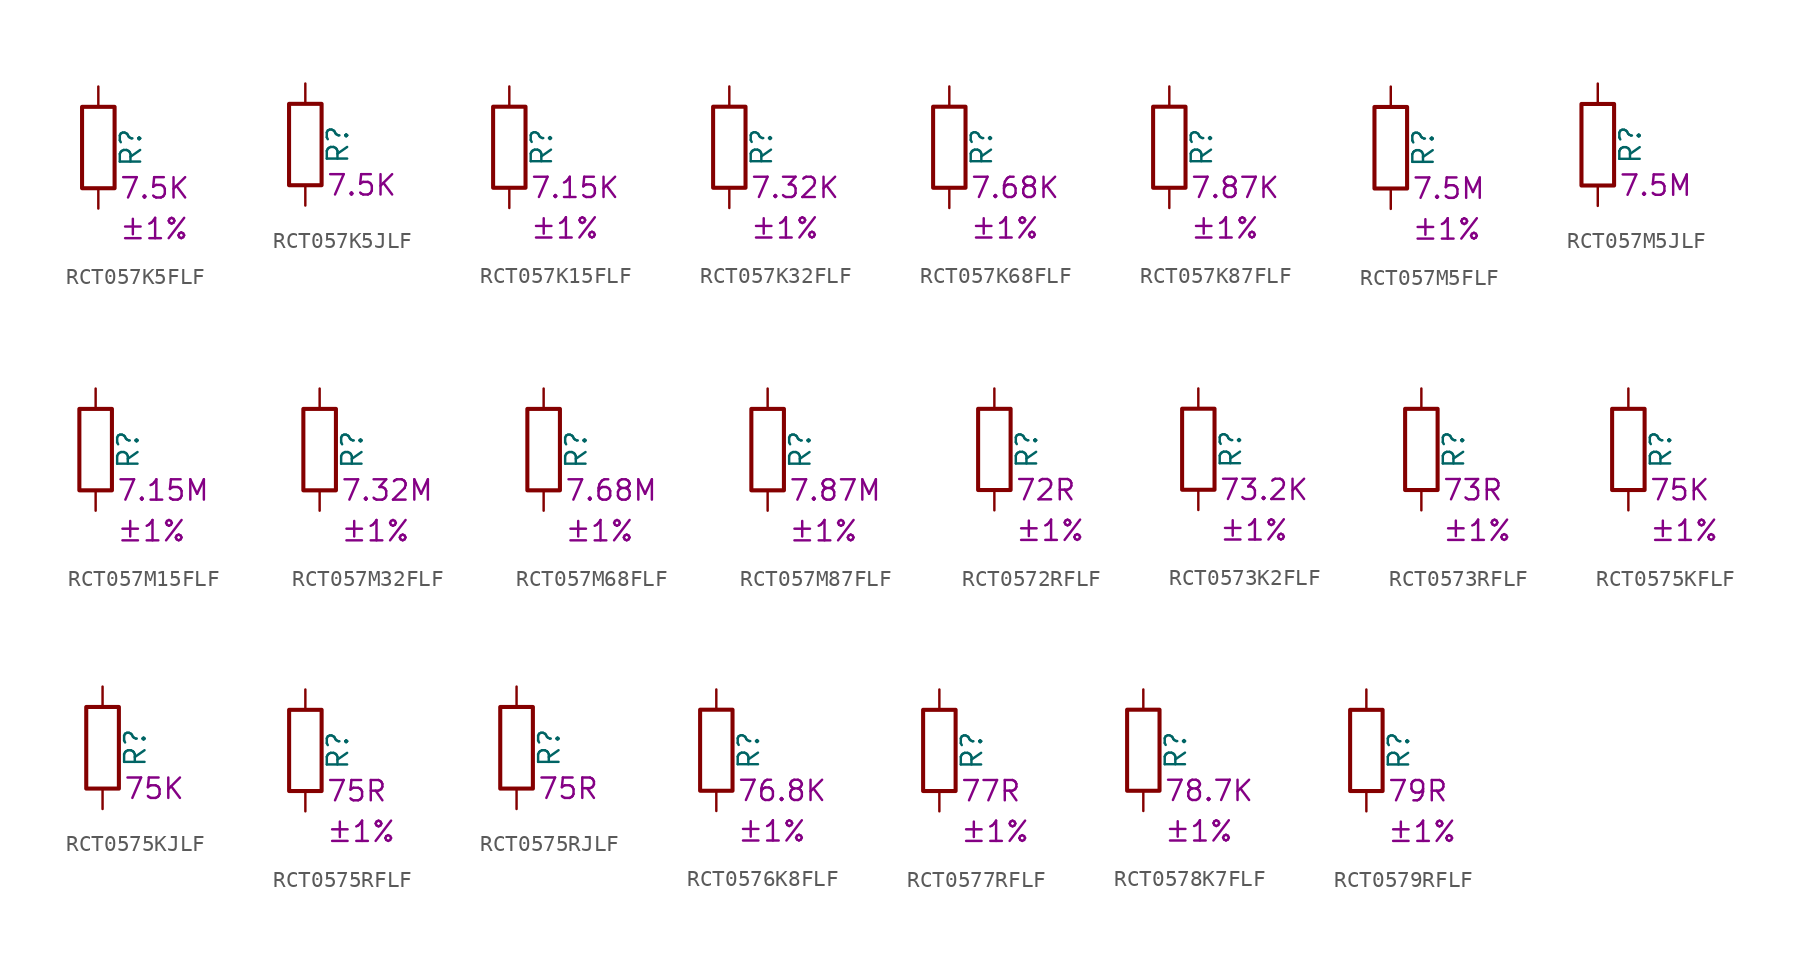
<source format=kicad_sym>
(kicad_symbol_lib
  (version 20220914)
  (generator kicad_symbol_editor)
  (symbol "RCT057K5FLF"
    (pin_numbers hide)
    (pin_names
      (offset 0))
    (property "Reference" "R"
      (at 2.032 0 90)
      (effects (font (size 1.27 1.27))))
    (property "Resistance" "7.5K"
      (at 1.27 -2.54 0)
      (effects (font (size 1.27 1.27)) (justify left)))
    (property "Tolerance" "±1%"
      (at 1.27 -5.08 0)
      (effects (font (size 1.27 1.27)) (justify left)))
    (symbol "RCT057K5FLF_0_1"
      (rectangle (start -1.016 -2.54) (end 1.016 2.54) (stroke (width 0.254) (type default)) (fill (type none))))
    (symbol "RCT057K5FLF_1_1"
      (pin passive line (at 0 3.81 270) (length 1.27) (name "~" (effects (font (size 1.27 1.27)))) (number "1" (effects (font (size 1.27 1.27)))))
      (pin passive line (at 0 -3.81 90) (length 1.27) (name "~" (effects (font (size 1.27 1.27)))) (number "2" (effects (font (size 1.27 1.27)))))))
  (symbol "RCT057K5JLF"
    (pin_numbers hide)
    (pin_names
      (offset 0))
    (property "Reference" "R"
      (at 2.032 0 90)
      (effects (font (size 1.27 1.27))))
    (property "Resistance" "7.5K"
      (at 1.27 -2.54 0)
      (effects (font (size 1.27 1.27)) (justify left)))
    (symbol "RCT057K5JLF_0_1"
      (rectangle (start -1.016 -2.54) (end 1.016 2.54) (stroke (width 0.254) (type default)) (fill (type none))))
    (symbol "RCT057K5JLF_1_1"
      (pin passive line (at 0 3.81 270) (length 1.27) (name "~" (effects (font (size 1.27 1.27)))) (number "1" (effects (font (size 1.27 1.27)))))
      (pin passive line (at 0 -3.81 90) (length 1.27) (name "~" (effects (font (size 1.27 1.27)))) (number "2" (effects (font (size 1.27 1.27)))))))
  (symbol "RCT057K15FLF"
    (pin_numbers hide)
    (pin_names
      (offset 0))
    (property "Reference" "R"
      (at 2.032 0 90)
      (effects (font (size 1.27 1.27))))
    (property "Resistance" "7.15K"
      (at 1.27 -2.54 0)
      (effects (font (size 1.27 1.27)) (justify left)))
    (property "Tolerance" "±1%"
      (at 1.27 -5.08 0)
      (effects (font (size 1.27 1.27)) (justify left)))
    (symbol "RCT057K15FLF_0_1"
      (rectangle (start -1.016 -2.54) (end 1.016 2.54) (stroke (width 0.254) (type default)) (fill (type none))))
    (symbol "RCT057K15FLF_1_1"
      (pin passive line (at 0 3.81 270) (length 1.27) (name "~" (effects (font (size 1.27 1.27)))) (number "1" (effects (font (size 1.27 1.27)))))
      (pin passive line (at 0 -3.81 90) (length 1.27) (name "~" (effects (font (size 1.27 1.27)))) (number "2" (effects (font (size 1.27 1.27)))))))
  (symbol "RCT057K32FLF"
    (pin_numbers hide)
    (pin_names
      (offset 0))
    (property "Reference" "R"
      (at 2.032 0 90)
      (effects (font (size 1.27 1.27))))
    (property "Resistance" "7.32K"
      (at 1.27 -2.54 0)
      (effects (font (size 1.27 1.27)) (justify left)))
    (property "Tolerance" "±1%"
      (at 1.27 -5.08 0)
      (effects (font (size 1.27 1.27)) (justify left)))
    (symbol "RCT057K32FLF_0_1"
      (rectangle (start -1.016 -2.54) (end 1.016 2.54) (stroke (width 0.254) (type default)) (fill (type none))))
    (symbol "RCT057K32FLF_1_1"
      (pin passive line (at 0 3.81 270) (length 1.27) (name "~" (effects (font (size 1.27 1.27)))) (number "1" (effects (font (size 1.27 1.27)))))
      (pin passive line (at 0 -3.81 90) (length 1.27) (name "~" (effects (font (size 1.27 1.27)))) (number "2" (effects (font (size 1.27 1.27)))))))
  (symbol "RCT057K68FLF"
    (pin_numbers hide)
    (pin_names
      (offset 0))
    (property "Reference" "R"
      (at 2.032 0 90)
      (effects (font (size 1.27 1.27))))
    (property "Resistance" "7.68K"
      (at 1.27 -2.54 0)
      (effects (font (size 1.27 1.27)) (justify left)))
    (property "Tolerance" "±1%"
      (at 1.27 -5.08 0)
      (effects (font (size 1.27 1.27)) (justify left)))
    (symbol "RCT057K68FLF_0_1"
      (rectangle (start -1.016 -2.54) (end 1.016 2.54) (stroke (width 0.254) (type default)) (fill (type none))))
    (symbol "RCT057K68FLF_1_1"
      (pin passive line (at 0 3.81 270) (length 1.27) (name "~" (effects (font (size 1.27 1.27)))) (number "1" (effects (font (size 1.27 1.27)))))
      (pin passive line (at 0 -3.81 90) (length 1.27) (name "~" (effects (font (size 1.27 1.27)))) (number "2" (effects (font (size 1.27 1.27)))))))
  (symbol "RCT057K87FLF"
    (pin_numbers hide)
    (pin_names
      (offset 0))
    (property "Reference" "R"
      (at 2.032 0 90)
      (effects (font (size 1.27 1.27))))
    (property "Resistance" "7.87K"
      (at 1.27 -2.54 0)
      (effects (font (size 1.27 1.27)) (justify left)))
    (property "Tolerance" "±1%"
      (at 1.27 -5.08 0)
      (effects (font (size 1.27 1.27)) (justify left)))
    (symbol "RCT057K87FLF_0_1"
      (rectangle (start -1.016 -2.54) (end 1.016 2.54) (stroke (width 0.254) (type default)) (fill (type none))))
    (symbol "RCT057K87FLF_1_1"
      (pin passive line (at 0 3.81 270) (length 1.27) (name "~" (effects (font (size 1.27 1.27)))) (number "1" (effects (font (size 1.27 1.27)))))
      (pin passive line (at 0 -3.81 90) (length 1.27) (name "~" (effects (font (size 1.27 1.27)))) (number "2" (effects (font (size 1.27 1.27)))))))
  (symbol "RCT057M5FLF"
    (pin_numbers hide)
    (pin_names
      (offset 0))
    (property "Reference" "R"
      (at 2.032 0 90)
      (effects (font (size 1.27 1.27))))
    (property "Resistance" "7.5M"
      (at 1.27 -2.54 0)
      (effects (font (size 1.27 1.27)) (justify left)))
    (property "Tolerance" "±1%"
      (at 1.27 -5.08 0)
      (effects (font (size 1.27 1.27)) (justify left)))
    (symbol "RCT057M5FLF_0_1"
      (rectangle (start -1.016 -2.54) (end 1.016 2.54) (stroke (width 0.254) (type default)) (fill (type none))))
    (symbol "RCT057M5FLF_1_1"
      (pin passive line (at 0 3.81 270) (length 1.27) (name "~" (effects (font (size 1.27 1.27)))) (number "1" (effects (font (size 1.27 1.27)))))
      (pin passive line (at 0 -3.81 90) (length 1.27) (name "~" (effects (font (size 1.27 1.27)))) (number "2" (effects (font (size 1.27 1.27)))))))
  (symbol "RCT057M5JLF"
    (pin_numbers hide)
    (pin_names
      (offset 0))
    (property "Reference" "R"
      (at 2.032 0 90)
      (effects (font (size 1.27 1.27))))
    (property "Resistance" "7.5M"
      (at 1.27 -2.54 0)
      (effects (font (size 1.27 1.27)) (justify left)))
    (symbol "RCT057M5JLF_0_1"
      (rectangle (start -1.016 -2.54) (end 1.016 2.54) (stroke (width 0.254) (type default)) (fill (type none))))
    (symbol "RCT057M5JLF_1_1"
      (pin passive line (at 0 3.81 270) (length 1.27) (name "~" (effects (font (size 1.27 1.27)))) (number "1" (effects (font (size 1.27 1.27)))))
      (pin passive line (at 0 -3.81 90) (length 1.27) (name "~" (effects (font (size 1.27 1.27)))) (number "2" (effects (font (size 1.27 1.27)))))))
  (symbol "RCT057M15FLF"
    (pin_numbers hide)
    (pin_names
      (offset 0))
    (property "Reference" "R"
      (at 2.032 0 90)
      (effects (font (size 1.27 1.27))))
    (property "Resistance" "7.15M"
      (at 1.27 -2.54 0)
      (effects (font (size 1.27 1.27)) (justify left)))
    (property "Tolerance" "±1%"
      (at 1.27 -5.08 0)
      (effects (font (size 1.27 1.27)) (justify left)))
    (symbol "RCT057M15FLF_0_1"
      (rectangle (start -1.016 -2.54) (end 1.016 2.54) (stroke (width 0.254) (type default)) (fill (type none))))
    (symbol "RCT057M15FLF_1_1"
      (pin passive line (at 0 3.81 270) (length 1.27) (name "~" (effects (font (size 1.27 1.27)))) (number "1" (effects (font (size 1.27 1.27)))))
      (pin passive line (at 0 -3.81 90) (length 1.27) (name "~" (effects (font (size 1.27 1.27)))) (number "2" (effects (font (size 1.27 1.27)))))))
  (symbol "RCT057M32FLF"
    (pin_numbers hide)
    (pin_names
      (offset 0))
    (property "Reference" "R"
      (at 2.032 0 90)
      (effects (font (size 1.27 1.27))))
    (property "Resistance" "7.32M"
      (at 1.27 -2.54 0)
      (effects (font (size 1.27 1.27)) (justify left)))
    (property "Tolerance" "±1%"
      (at 1.27 -5.08 0)
      (effects (font (size 1.27 1.27)) (justify left)))
    (symbol "RCT057M32FLF_0_1"
      (rectangle (start -1.016 -2.54) (end 1.016 2.54) (stroke (width 0.254) (type default)) (fill (type none))))
    (symbol "RCT057M32FLF_1_1"
      (pin passive line (at 0 3.81 270) (length 1.27) (name "~" (effects (font (size 1.27 1.27)))) (number "1" (effects (font (size 1.27 1.27)))))
      (pin passive line (at 0 -3.81 90) (length 1.27) (name "~" (effects (font (size 1.27 1.27)))) (number "2" (effects (font (size 1.27 1.27)))))))
  (symbol "RCT057M68FLF"
    (pin_numbers hide)
    (pin_names
      (offset 0))
    (property "Reference" "R"
      (at 2.032 0 90)
      (effects (font (size 1.27 1.27))))
    (property "Resistance" "7.68M"
      (at 1.27 -2.54 0)
      (effects (font (size 1.27 1.27)) (justify left)))
    (property "Tolerance" "±1%"
      (at 1.27 -5.08 0)
      (effects (font (size 1.27 1.27)) (justify left)))
    (symbol "RCT057M68FLF_0_1"
      (rectangle (start -1.016 -2.54) (end 1.016 2.54) (stroke (width 0.254) (type default)) (fill (type none))))
    (symbol "RCT057M68FLF_1_1"
      (pin passive line (at 0 3.81 270) (length 1.27) (name "~" (effects (font (size 1.27 1.27)))) (number "1" (effects (font (size 1.27 1.27)))))
      (pin passive line (at 0 -3.81 90) (length 1.27) (name "~" (effects (font (size 1.27 1.27)))) (number "2" (effects (font (size 1.27 1.27)))))))
  (symbol "RCT057M87FLF"
    (pin_numbers hide)
    (pin_names
      (offset 0))
    (property "Reference" "R"
      (at 2.032 0 90)
      (effects (font (size 1.27 1.27))))
    (property "Resistance" "7.87M"
      (at 1.27 -2.54 0)
      (effects (font (size 1.27 1.27)) (justify left)))
    (property "Tolerance" "±1%"
      (at 1.27 -5.08 0)
      (effects (font (size 1.27 1.27)) (justify left)))
    (symbol "RCT057M87FLF_0_1"
      (rectangle (start -1.016 -2.54) (end 1.016 2.54) (stroke (width 0.254) (type default)) (fill (type none))))
    (symbol "RCT057M87FLF_1_1"
      (pin passive line (at 0 3.81 270) (length 1.27) (name "~" (effects (font (size 1.27 1.27)))) (number "1" (effects (font (size 1.27 1.27)))))
      (pin passive line (at 0 -3.81 90) (length 1.27) (name "~" (effects (font (size 1.27 1.27)))) (number "2" (effects (font (size 1.27 1.27)))))))
  (symbol "RCT0572RFLF"
    (pin_numbers hide)
    (pin_names
      (offset 0))
    (property "Reference" "R"
      (at 2.032 0 90)
      (effects (font (size 1.27 1.27))))
    (property "Resistance" "72R"
      (at 1.27 -2.54 0)
      (effects (font (size 1.27 1.27)) (justify left)))
    (property "Tolerance" "±1%"
      (at 1.27 -5.08 0)
      (effects (font (size 1.27 1.27)) (justify left)))
    (symbol "RCT0572RFLF_0_1"
      (rectangle (start -1.016 -2.54) (end 1.016 2.54) (stroke (width 0.254) (type default)) (fill (type none))))
    (symbol "RCT0572RFLF_1_1"
      (pin passive line (at 0 3.81 270) (length 1.27) (name "~" (effects (font (size 1.27 1.27)))) (number "1" (effects (font (size 1.27 1.27)))))
      (pin passive line (at 0 -3.81 90) (length 1.27) (name "~" (effects (font (size 1.27 1.27)))) (number "2" (effects (font (size 1.27 1.27)))))))
  (symbol "RCT0573K2FLF"
    (pin_numbers hide)
    (pin_names
      (offset 0))
    (property "Reference" "R"
      (at 2.032 0 90)
      (effects (font (size 1.27 1.27))))
    (property "Resistance" "73.2K"
      (at 1.27 -2.54 0)
      (effects (font (size 1.27 1.27)) (justify left)))
    (property "Tolerance" "±1%"
      (at 1.27 -5.08 0)
      (effects (font (size 1.27 1.27)) (justify left)))
    (symbol "RCT0573K2FLF_0_1"
      (rectangle (start -1.016 -2.54) (end 1.016 2.54) (stroke (width 0.254) (type default)) (fill (type none))))
    (symbol "RCT0573K2FLF_1_1"
      (pin passive line (at 0 3.81 270) (length 1.27) (name "~" (effects (font (size 1.27 1.27)))) (number "1" (effects (font (size 1.27 1.27)))))
      (pin passive line (at 0 -3.81 90) (length 1.27) (name "~" (effects (font (size 1.27 1.27)))) (number "2" (effects (font (size 1.27 1.27)))))))
  (symbol "RCT0573RFLF"
    (pin_numbers hide)
    (pin_names
      (offset 0))
    (property "Reference" "R"
      (at 2.032 0 90)
      (effects (font (size 1.27 1.27))))
    (property "Resistance" "73R"
      (at 1.27 -2.54 0)
      (effects (font (size 1.27 1.27)) (justify left)))
    (property "Tolerance" "±1%"
      (at 1.27 -5.08 0)
      (effects (font (size 1.27 1.27)) (justify left)))
    (symbol "RCT0573RFLF_0_1"
      (rectangle (start -1.016 -2.54) (end 1.016 2.54) (stroke (width 0.254) (type default)) (fill (type none))))
    (symbol "RCT0573RFLF_1_1"
      (pin passive line (at 0 3.81 270) (length 1.27) (name "~" (effects (font (size 1.27 1.27)))) (number "1" (effects (font (size 1.27 1.27)))))
      (pin passive line (at 0 -3.81 90) (length 1.27) (name "~" (effects (font (size 1.27 1.27)))) (number "2" (effects (font (size 1.27 1.27)))))))
  (symbol "RCT0575KFLF"
    (pin_numbers hide)
    (pin_names
      (offset 0))
    (property "Reference" "R"
      (at 2.032 0 90)
      (effects (font (size 1.27 1.27))))
    (property "Resistance" "75K"
      (at 1.27 -2.54 0)
      (effects (font (size 1.27 1.27)) (justify left)))
    (property "Tolerance" "±1%"
      (at 1.27 -5.08 0)
      (effects (font (size 1.27 1.27)) (justify left)))
    (symbol "RCT0575KFLF_0_1"
      (rectangle (start -1.016 -2.54) (end 1.016 2.54) (stroke (width 0.254) (type default)) (fill (type none))))
    (symbol "RCT0575KFLF_1_1"
      (pin passive line (at 0 3.81 270) (length 1.27) (name "~" (effects (font (size 1.27 1.27)))) (number "1" (effects (font (size 1.27 1.27)))))
      (pin passive line (at 0 -3.81 90) (length 1.27) (name "~" (effects (font (size 1.27 1.27)))) (number "2" (effects (font (size 1.27 1.27)))))))
  (symbol "RCT0575KJLF"
    (pin_numbers hide)
    (pin_names
      (offset 0))
    (property "Reference" "R"
      (at 2.032 0 90)
      (effects (font (size 1.27 1.27))))
    (property "Resistance" "75K"
      (at 1.27 -2.54 0)
      (effects (font (size 1.27 1.27)) (justify left)))
    (symbol "RCT0575KJLF_0_1"
      (rectangle (start -1.016 -2.54) (end 1.016 2.54) (stroke (width 0.254) (type default)) (fill (type none))))
    (symbol "RCT0575KJLF_1_1"
      (pin passive line (at 0 3.81 270) (length 1.27) (name "~" (effects (font (size 1.27 1.27)))) (number "1" (effects (font (size 1.27 1.27)))))
      (pin passive line (at 0 -3.81 90) (length 1.27) (name "~" (effects (font (size 1.27 1.27)))) (number "2" (effects (font (size 1.27 1.27)))))))
  (symbol "RCT0575RFLF"
    (pin_numbers hide)
    (pin_names
      (offset 0))
    (property "Reference" "R"
      (at 2.032 0 90)
      (effects (font (size 1.27 1.27))))
    (property "Resistance" "75R"
      (at 1.27 -2.54 0)
      (effects (font (size 1.27 1.27)) (justify left)))
    (property "Tolerance" "±1%"
      (at 1.27 -5.08 0)
      (effects (font (size 1.27 1.27)) (justify left)))
    (symbol "RCT0575RFLF_0_1"
      (rectangle (start -1.016 -2.54) (end 1.016 2.54) (stroke (width 0.254) (type default)) (fill (type none))))
    (symbol "RCT0575RFLF_1_1"
      (pin passive line (at 0 3.81 270) (length 1.27) (name "~" (effects (font (size 1.27 1.27)))) (number "1" (effects (font (size 1.27 1.27)))))
      (pin passive line (at 0 -3.81 90) (length 1.27) (name "~" (effects (font (size 1.27 1.27)))) (number "2" (effects (font (size 1.27 1.27)))))))
  (symbol "RCT0575RJLF"
    (pin_numbers hide)
    (pin_names
      (offset 0))
    (property "Reference" "R"
      (at 2.032 0 90)
      (effects (font (size 1.27 1.27))))
    (property "Resistance" "75R"
      (at 1.27 -2.54 0)
      (effects (font (size 1.27 1.27)) (justify left)))
    (symbol "RCT0575RJLF_0_1"
      (rectangle (start -1.016 -2.54) (end 1.016 2.54) (stroke (width 0.254) (type default)) (fill (type none))))
    (symbol "RCT0575RJLF_1_1"
      (pin passive line (at 0 3.81 270) (length 1.27) (name "~" (effects (font (size 1.27 1.27)))) (number "1" (effects (font (size 1.27 1.27)))))
      (pin passive line (at 0 -3.81 90) (length 1.27) (name "~" (effects (font (size 1.27 1.27)))) (number "2" (effects (font (size 1.27 1.27)))))))
  (symbol "RCT0576K8FLF"
    (pin_numbers hide)
    (pin_names
      (offset 0))
    (property "Reference" "R"
      (at 2.032 0 90)
      (effects (font (size 1.27 1.27))))
    (property "Resistance" "76.8K"
      (at 1.27 -2.54 0)
      (effects (font (size 1.27 1.27)) (justify left)))
    (property "Tolerance" "±1%"
      (at 1.27 -5.08 0)
      (effects (font (size 1.27 1.27)) (justify left)))
    (symbol "RCT0576K8FLF_0_1"
      (rectangle (start -1.016 -2.54) (end 1.016 2.54) (stroke (width 0.254) (type default)) (fill (type none))))
    (symbol "RCT0576K8FLF_1_1"
      (pin passive line (at 0 3.81 270) (length 1.27) (name "~" (effects (font (size 1.27 1.27)))) (number "1" (effects (font (size 1.27 1.27)))))
      (pin passive line (at 0 -3.81 90) (length 1.27) (name "~" (effects (font (size 1.27 1.27)))) (number "2" (effects (font (size 1.27 1.27)))))))
  (symbol "RCT0577RFLF"
    (pin_numbers hide)
    (pin_names
      (offset 0))
    (property "Reference" "R"
      (at 2.032 0 90)
      (effects (font (size 1.27 1.27))))
    (property "Resistance" "77R"
      (at 1.27 -2.54 0)
      (effects (font (size 1.27 1.27)) (justify left)))
    (property "Tolerance" "±1%"
      (at 1.27 -5.08 0)
      (effects (font (size 1.27 1.27)) (justify left)))
    (symbol "RCT0577RFLF_0_1"
      (rectangle (start -1.016 -2.54) (end 1.016 2.54) (stroke (width 0.254) (type default)) (fill (type none))))
    (symbol "RCT0577RFLF_1_1"
      (pin passive line (at 0 3.81 270) (length 1.27) (name "~" (effects (font (size 1.27 1.27)))) (number "1" (effects (font (size 1.27 1.27)))))
      (pin passive line (at 0 -3.81 90) (length 1.27) (name "~" (effects (font (size 1.27 1.27)))) (number "2" (effects (font (size 1.27 1.27)))))))
  (symbol "RCT0578K7FLF"
    (pin_numbers hide)
    (pin_names
      (offset 0))
    (property "Reference" "R"
      (at 2.032 0 90)
      (effects (font (size 1.27 1.27))))
    (property "Resistance" "78.7K"
      (at 1.27 -2.54 0)
      (effects (font (size 1.27 1.27)) (justify left)))
    (property "Tolerance" "±1%"
      (at 1.27 -5.08 0)
      (effects (font (size 1.27 1.27)) (justify left)))
    (symbol "RCT0578K7FLF_0_1"
      (rectangle (start -1.016 -2.54) (end 1.016 2.54) (stroke (width 0.254) (type default)) (fill (type none))))
    (symbol "RCT0578K7FLF_1_1"
      (pin passive line (at 0 3.81 270) (length 1.27) (name "~" (effects (font (size 1.27 1.27)))) (number "1" (effects (font (size 1.27 1.27)))))
      (pin passive line (at 0 -3.81 90) (length 1.27) (name "~" (effects (font (size 1.27 1.27)))) (number "2" (effects (font (size 1.27 1.27)))))))
  (symbol "RCT0579RFLF"
    (pin_numbers hide)
    (pin_names
      (offset 0))
    (property "Reference" "R"
      (at 2.032 0 90)
      (effects (font (size 1.27 1.27))))
    (property "Resistance" "79R"
      (at 1.27 -2.54 0)
      (effects (font (size 1.27 1.27)) (justify left)))
    (property "Tolerance" "±1%"
      (at 1.27 -5.08 0)
      (effects (font (size 1.27 1.27)) (justify left)))
    (symbol "RCT0579RFLF_0_1"
      (rectangle (start -1.016 -2.54) (end 1.016 2.54) (stroke (width 0.254) (type default)) (fill (type none))))
    (symbol "RCT0579RFLF_1_1"
      (pin passive line (at 0 3.81 270) (length 1.27) (name "~" (effects (font (size 1.27 1.27)))) (number "1" (effects (font (size 1.27 1.27)))))
      (pin passive line (at 0 -3.81 90) (length 1.27) (name "~" (effects (font (size 1.27 1.27)))) (number "2" (effects (font (size 1.27 1.27))))))))
</source>
